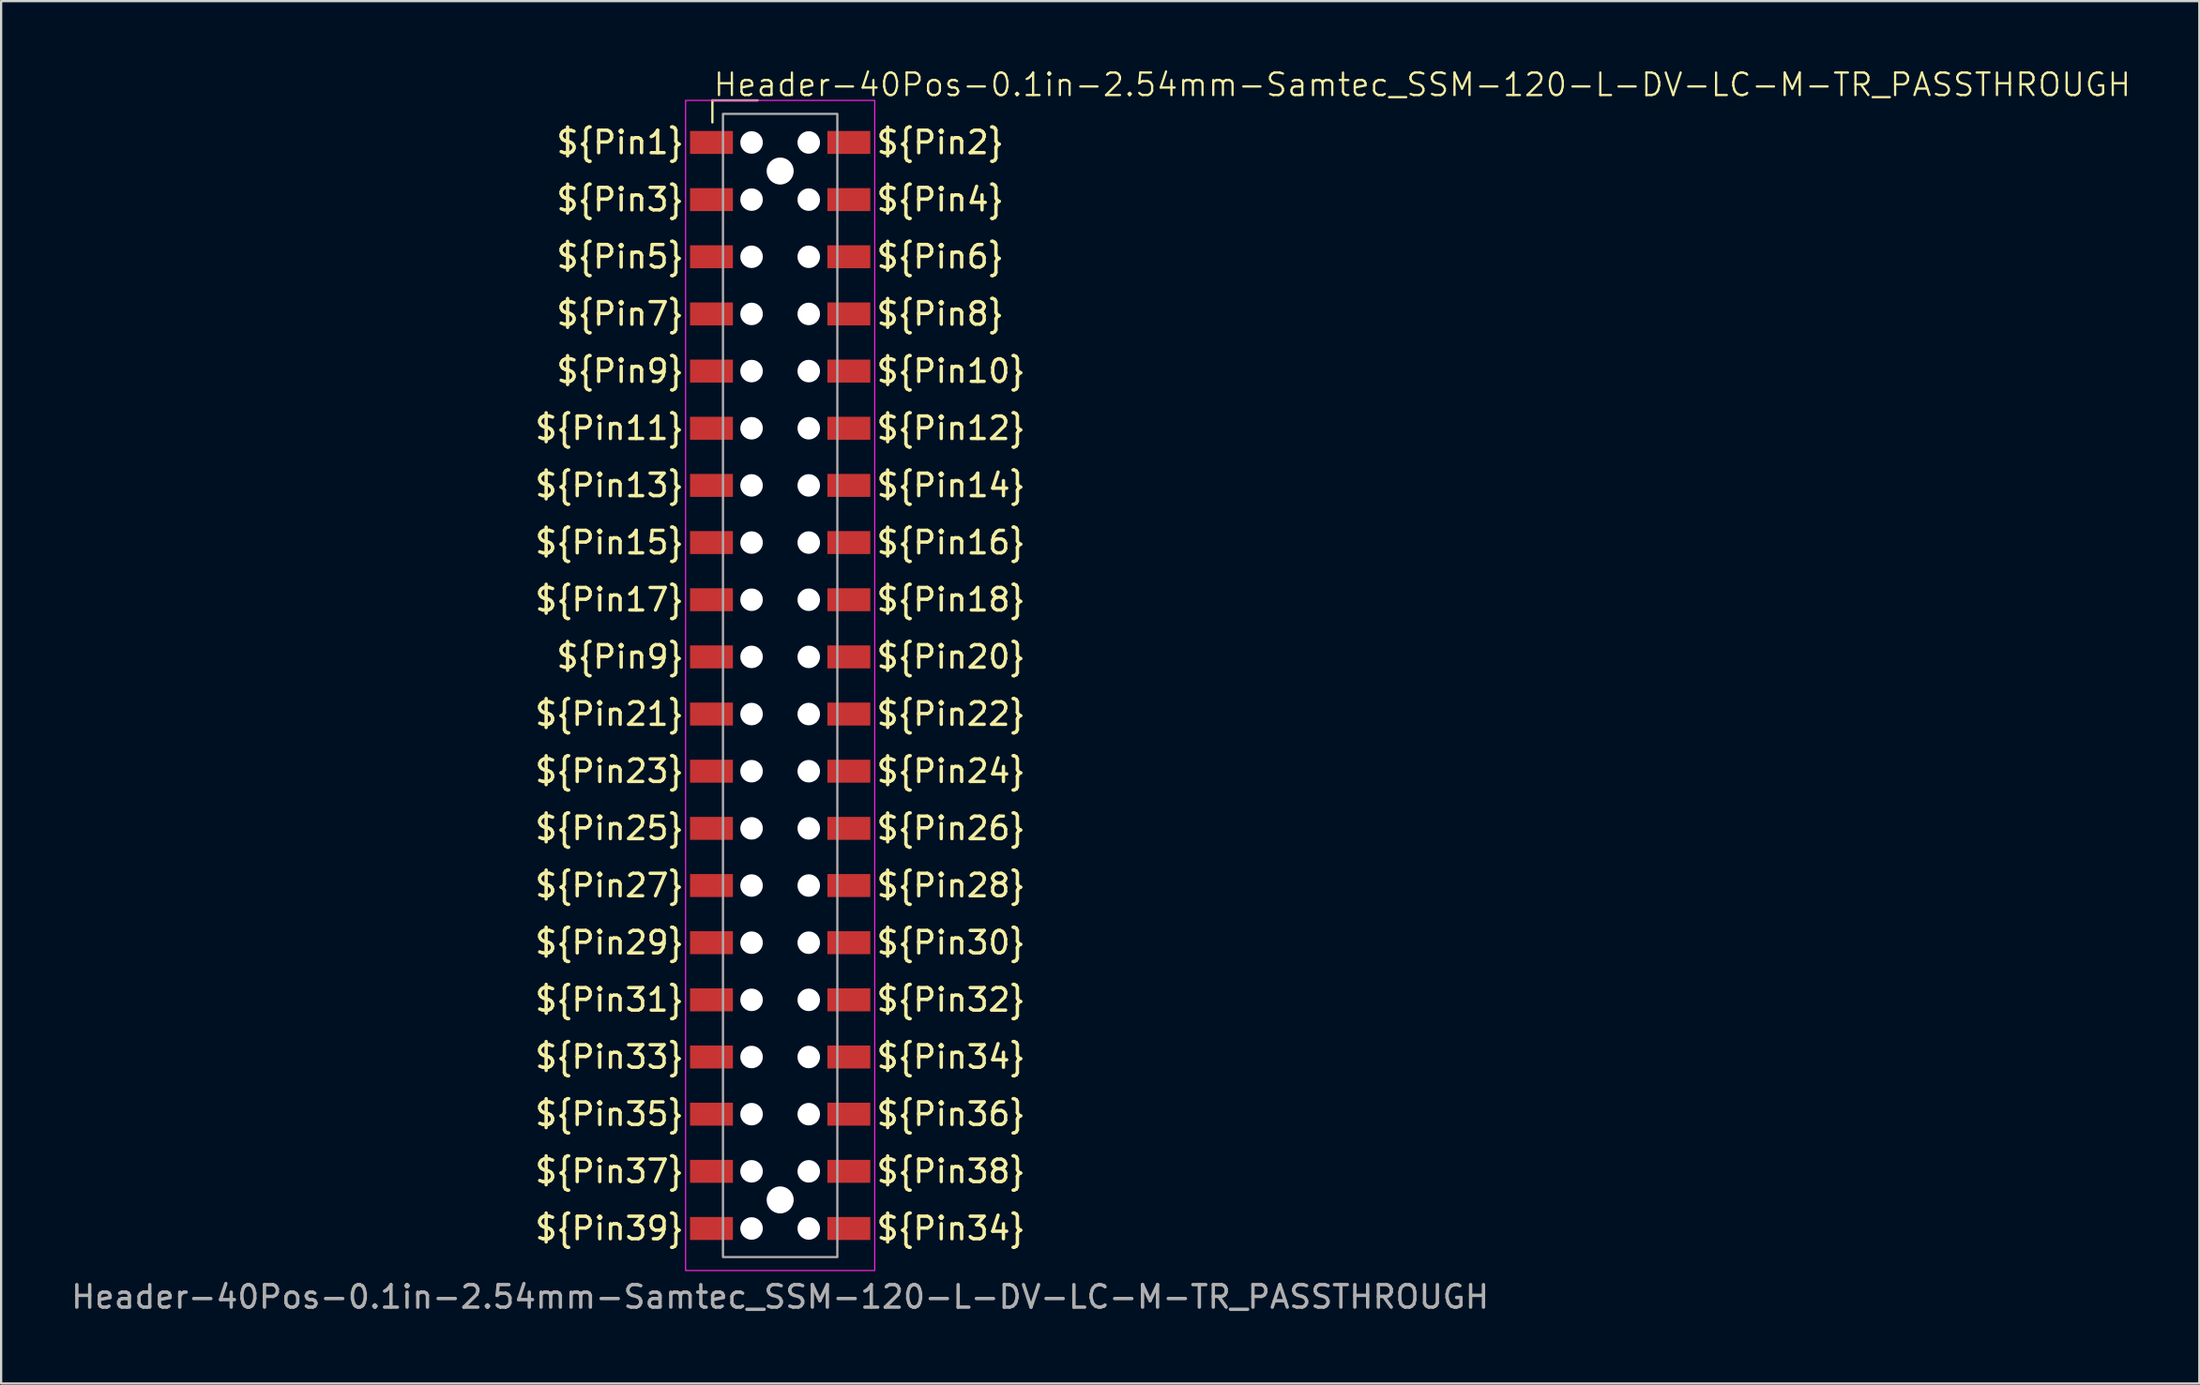
<source format=kicad_pcb>
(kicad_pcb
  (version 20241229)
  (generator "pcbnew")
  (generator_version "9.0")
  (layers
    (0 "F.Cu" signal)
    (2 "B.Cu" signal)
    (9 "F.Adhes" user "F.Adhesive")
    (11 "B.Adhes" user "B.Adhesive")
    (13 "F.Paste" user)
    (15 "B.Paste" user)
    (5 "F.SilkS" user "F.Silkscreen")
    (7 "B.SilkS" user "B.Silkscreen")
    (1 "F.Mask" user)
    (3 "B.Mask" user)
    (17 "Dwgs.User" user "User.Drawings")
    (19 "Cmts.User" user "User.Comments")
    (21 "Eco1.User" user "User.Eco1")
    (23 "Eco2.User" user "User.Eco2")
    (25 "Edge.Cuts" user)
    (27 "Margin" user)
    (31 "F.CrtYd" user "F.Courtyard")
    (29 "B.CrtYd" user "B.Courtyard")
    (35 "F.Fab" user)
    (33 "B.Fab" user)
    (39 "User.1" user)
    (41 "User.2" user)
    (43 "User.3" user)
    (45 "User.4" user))
  (footprint "Header-40Pos-0.1in-2.54mm-Samtec_SSM-120-L-DV-LC-M-TR_PASSTHROUGH"
    (layer "F.Cu")
    (at 31.601 27.41)
    (property "Reference" "Header-40Pos-0.1in-2.54mm-Samtec_SSM-120-L-DV-LC-M-TR_PASSTHROUGH" (at -3.02 -26.11 0) (unlocked yes) (layer "F.SilkS") (effects (font (size 1 1) (thickness 0.1)) (justify left bottom)))
    (attr smd)
    (fp_line (start -3.01 -26) (end -1 -26) (stroke (width 0.1) (type default)) (layer "F.SilkS"))
    (fp_line (start -3.01 -25.02) (end -3.01 -26) (stroke (width 0.1) (type default)) (layer "F.SilkS"))
    (fp_rect (start -4.2 -26) (end 4.2 26) (stroke (width 0.05) (type default)) (fill no) (layer "F.CrtYd"))
    (fp_rect (start -2.54 -25.4) (end 2.54 25.4) (stroke (width 0.1) (type default)) (fill no) (layer "F.Fab"))
    (fp_text user "${Pin8}" (at 4.2 -16.51 0) (unlocked yes) (layer "F.SilkS") (effects (font (size 1 1) (thickness 0.15)) (justify left)))
    (fp_text user "${Pin35}" (at -4.2 19.05 0) (unlocked yes) (layer "F.SilkS") (effects (font (size 1 1) (thickness 0.15)) (justify right)))
    (fp_text user "${Pin36}" (at 4.2 19.05 0) (unlocked yes) (layer "F.SilkS") (effects (font (size 1 1) (thickness 0.15)) (justify left)))
    (fp_text user "${Pin9}" (at -4.2 -13.97 0) (unlocked yes) (layer "F.SilkS") (effects (font (size 1 1) (thickness 0.15)) (justify right)))
    (fp_text user "${Pin5}" (at -4.2 -19.05 0) (unlocked yes) (layer "F.SilkS") (effects (font (size 1 1) (thickness 0.15)) (justify right)))
    (fp_text user "${Pin14}" (at 4.2 -8.89 0) (unlocked yes) (layer "F.SilkS") (effects (font (size 1 1) (thickness 0.15)) (justify left)))
    (fp_text user "${Pin11}" (at -4.2 -11.43 0) (unlocked yes) (layer "F.SilkS") (effects (font (size 1 1) (thickness 0.15)) (justify right)))
    (fp_text user "${Pin3}" (at -4.2 -21.59 0) (unlocked yes) (layer "F.SilkS") (effects (font (size 1 1) (thickness 0.15)) (justify right)))
    (fp_text user "${Pin13}" (at -4.2 -8.89 0) (unlocked yes) (layer "F.SilkS") (effects (font (size 1 1) (thickness 0.15)) (justify right)))
    (fp_text user "${Pin32}" (at 4.2 13.97 0) (unlocked yes) (layer "F.SilkS") (effects (font (size 1 1) (thickness 0.15)) (justify left)))
    (fp_text user "${Pin21}" (at -4.2 1.27 0) (unlocked yes) (layer "F.SilkS") (effects (font (size 1 1) (thickness 0.15)) (justify right)))
    (fp_text user "${Pin20}" (at 4.2 -1.27 0) (unlocked yes) (layer "F.SilkS") (effects (font (size 1 1) (thickness 0.15)) (justify left)))
    (fp_text user "${Pin39}" (at -4.2 24.13 0) (unlocked yes) (layer "F.SilkS") (effects (font (size 1 1) (thickness 0.15)) (justify right)))
    (fp_text user "${Pin34}" (at 4.2 16.51 0) (unlocked yes) (layer "F.SilkS") (effects (font (size 1 1) (thickness 0.15)) (justify left)))
    (fp_text user "${Pin12}" (at 4.2 -11.43 0) (unlocked yes) (layer "F.SilkS") (effects (font (size 1 1) (thickness 0.15)) (justify left)))
    (fp_text user "${Pin15}" (at -4.2 -6.35 0) (unlocked yes) (layer "F.SilkS") (effects (font (size 1 1) (thickness 0.15)) (justify right)))
    (fp_text user "${Pin7}" (at -4.2 -16.51 0) (unlocked yes) (layer "F.SilkS") (effects (font (size 1 1) (thickness 0.15)) (justify right)))
    (fp_text user "${Pin34}" (at 4.2 24.13 0) (unlocked yes) (layer "F.SilkS") (effects (font (size 1 1) (thickness 0.15)) (justify left)))
    (fp_text user "${Pin1}" (at -4.2 -24.13 0) (unlocked yes) (layer "F.SilkS") (effects (font (size 1 1) (thickness 0.15)) (justify right)))
    (fp_text user "${Pin16}" (at 4.2 -6.35 0) (unlocked yes) (layer "F.SilkS") (effects (font (size 1 1) (thickness 0.15)) (justify left)))
    (fp_text user "${Pin31}" (at -4.2 13.97 0) (unlocked yes) (layer "F.SilkS") (effects (font (size 1 1) (thickness 0.15)) (justify right)))
    (fp_text user "${Pin2}" (at 4.2 -24.13 0) (unlocked yes) (layer "F.SilkS") (effects (font (size 1 1) (thickness 0.15)) (justify left)))
    (fp_text user "${Pin29}" (at -4.2 11.43 0) (unlocked yes) (layer "F.SilkS") (effects (font (size 1 1) (thickness 0.15)) (justify right)))
    (fp_text user "${Pin27}" (at -4.2 8.89 0) (unlocked yes) (layer "F.SilkS") (effects (font (size 1 1) (thickness 0.15)) (justify right)))
    (fp_text user "${Pin26}" (at 4.2 6.35 0) (unlocked yes) (layer "F.SilkS") (effects (font (size 1 1) (thickness 0.15)) (justify left)))
    (fp_text user "${Pin22}" (at 4.2 1.27 0) (unlocked yes) (layer "F.SilkS") (effects (font (size 1 1) (thickness 0.15)) (justify left)))
    (fp_text user "${Pin30}" (at 4.2 11.43 0) (unlocked yes) (layer "F.SilkS") (effects (font (size 1 1) (thickness 0.15)) (justify left)))
    (fp_text user "${Pin6}" (at 4.2 -19.05 0) (unlocked yes) (layer "F.SilkS") (effects (font (size 1 1) (thickness 0.15)) (justify left)))
    (fp_text user "${Pin24}" (at 4.2 3.81 0) (unlocked yes) (layer "F.SilkS") (effects (font (size 1 1) (thickness 0.15)) (justify left)))
    (fp_text user "${Pin10}" (at 4.2 -13.97 0) (unlocked yes) (layer "F.SilkS") (effects (font (size 1 1) (thickness 0.15)) (justify left)))
    (fp_text user "${Pin4}" (at 4.2 -21.59 0) (unlocked yes) (layer "F.SilkS") (effects (font (size 1 1) (thickness 0.15)) (justify left)))
    (fp_text user "${Pin9}" (at -4.2 -1.27 0) (unlocked yes) (layer "F.SilkS") (effects (font (size 1 1) (thickness 0.15)) (justify right)))
    (fp_text user "${Pin37}" (at -4.2 21.59 0) (unlocked yes) (layer "F.SilkS") (effects (font (size 1 1) (thickness 0.15)) (justify right)))
    (fp_text user "${Pin18}" (at 4.2 -3.81 0) (unlocked yes) (layer "F.SilkS") (effects (font (size 1 1) (thickness 0.15)) (justify left)))
    (fp_text user "${Pin25}" (at -4.2 6.35 0) (unlocked yes) (layer "F.SilkS") (effects (font (size 1 1) (thickness 0.15)) (justify right)))
    (fp_text user "${Pin17}" (at -4.2 -3.81 0) (unlocked yes) (layer "F.SilkS") (effects (font (size 1 1) (thickness 0.15)) (justify right)))
    (fp_text user "${Pin38}" (at 4.2 21.59 0) (unlocked yes) (layer "F.SilkS") (effects (font (size 1 1) (thickness 0.15)) (justify left)))
    (fp_text user "${Pin23}" (at -4.2 3.81 0) (unlocked yes) (layer "F.SilkS") (effects (font (size 1 1) (thickness 0.15)) (justify right)))
    (fp_text user "${Pin33}" (at -4.2 16.51 0) (unlocked yes) (layer "F.SilkS") (effects (font (size 1 1) (thickness 0.15)) (justify right)))
    (fp_text user "${Pin28}" (at 4.2 8.89 0) (unlocked yes) (layer "F.SilkS") (effects (font (size 1 1) (thickness 0.15)) (justify left)))
    (fp_text user "${REFERENCE}" (at 0 27.17 0) (unlocked yes) (layer "F.Fab") (effects (font (size 1 1) (thickness 0.15))))
    (pad "" np_thru_hole circle (at -1.27 -24.13) (size 1 1) (drill 1.02) (layers "*.Cu" "*.Mask"))
    (pad "" np_thru_hole circle (at -1.27 -21.59) (size 1 1) (drill 1.02) (layers "*.Cu" "*.Mask"))
    (pad "" np_thru_hole circle (at -1.27 -19.05) (size 1 1) (drill 1.02) (layers "*.Cu" "*.Mask"))
    (pad "" np_thru_hole circle (at -1.27 -16.51) (size 1 1) (drill 1.02) (layers "*.Cu" "*.Mask"))
    (pad "" np_thru_hole circle (at -1.27 -13.97) (size 1 1) (drill 1.02) (layers "*.Cu" "*.Mask"))
    (pad "" np_thru_hole circle (at -1.27 -11.43) (size 1 1) (drill 1.02) (layers "*.Cu" "*.Mask"))
    (pad "" np_thru_hole circle (at -1.27 -8.89) (size 1 1) (drill 1.02) (layers "*.Cu" "*.Mask"))
    (pad "" np_thru_hole circle (at -1.27 -6.35) (size 1 1) (drill 1.02) (layers "*.Cu" "*.Mask"))
    (pad "" np_thru_hole circle (at -1.27 -3.81) (size 1 1) (drill 1.02) (layers "*.Cu" "*.Mask"))
    (pad "" np_thru_hole circle (at -1.27 -1.27) (size 1 1) (drill 1.02) (layers "*.Cu" "*.Mask"))
    (pad "" np_thru_hole circle (at -1.27 1.27) (size 1 1) (drill 1.02) (layers "*.Cu" "*.Mask"))
    (pad "" np_thru_hole circle (at -1.27 3.81) (size 1 1) (drill 1.02) (layers "*.Cu" "*.Mask"))
    (pad "" np_thru_hole circle (at -1.27 6.35) (size 1 1) (drill 1.02) (layers "*.Cu" "*.Mask"))
    (pad "" np_thru_hole circle (at -1.27 8.89) (size 1 1) (drill 1.02) (layers "*.Cu" "*.Mask"))
    (pad "" np_thru_hole circle (at -1.27 11.43) (size 1 1) (drill 1.02) (layers "*.Cu" "*.Mask"))
    (pad "" np_thru_hole circle (at -1.27 13.97) (size 1 1) (drill 1.02) (layers "*.Cu" "*.Mask"))
    (pad "" np_thru_hole circle (at -1.27 16.51) (size 1 1) (drill 1.02) (layers "*.Cu" "*.Mask"))
    (pad "" np_thru_hole circle (at -1.27 19.05) (size 1 1) (drill 1.02) (layers "*.Cu" "*.Mask"))
    (pad "" np_thru_hole circle (at -1.27 21.59) (size 1 1) (drill 1.02) (layers "*.Cu" "*.Mask"))
    (pad "" np_thru_hole circle (at -1.27 24.13) (size 1 1) (drill 1.02) (layers "*.Cu" "*.Mask"))
    (pad "" np_thru_hole circle (at 0 -22.86) (size 1.2 1.2) (drill 1.2) (layers "*.Cu" "*.Mask"))
    (pad "" np_thru_hole circle (at 0 22.86) (size 1.2 1.2) (drill 1.2) (layers "*.Cu" "*.Mask"))
    (pad "" np_thru_hole circle (at 1.27 -24.13) (size 1 1) (drill 1.02) (layers "*.Cu" "*.Mask"))
    (pad "" np_thru_hole circle (at 1.27 -21.59) (size 1 1) (drill 1.02) (layers "*.Cu" "*.Mask"))
    (pad "" np_thru_hole circle (at 1.27 -19.05) (size 1 1) (drill 1.02) (layers "*.Cu" "*.Mask"))
    (pad "" np_thru_hole circle (at 1.27 -16.51) (size 1 1) (drill 1.02) (layers "*.Cu" "*.Mask"))
    (pad "" np_thru_hole circle (at 1.27 -13.97) (size 1 1) (drill 1.02) (layers "*.Cu" "*.Mask"))
    (pad "" np_thru_hole circle (at 1.27 -11.43) (size 1 1) (drill 1.02) (layers "*.Cu" "*.Mask"))
    (pad "" np_thru_hole circle (at 1.27 -8.89) (size 1 1) (drill 1.02) (layers "*.Cu" "*.Mask"))
    (pad "" np_thru_hole circle (at 1.27 -6.35) (size 1 1) (drill 1.02) (layers "*.Cu" "*.Mask"))
    (pad "" np_thru_hole circle (at 1.27 -3.81) (size 1 1) (drill 1.02) (layers "*.Cu" "*.Mask"))
    (pad "" np_thru_hole circle (at 1.27 -1.27) (size 1 1) (drill 1.02) (layers "*.Cu" "*.Mask"))
    (pad "" np_thru_hole circle (at 1.27 1.27) (size 1 1) (drill 1.02) (layers "*.Cu" "*.Mask"))
    (pad "" np_thru_hole circle (at 1.27 3.81) (size 1 1) (drill 1.02) (layers "*.Cu" "*.Mask"))
    (pad "" np_thru_hole circle (at 1.27 6.35) (size 1 1) (drill 1.02) (layers "*.Cu" "*.Mask"))
    (pad "" np_thru_hole circle (at 1.27 8.89) (size 1 1) (drill 1.02) (layers "*.Cu" "*.Mask"))
    (pad "" np_thru_hole circle (at 1.27 11.43) (size 1 1) (drill 1.02) (layers "*.Cu" "*.Mask"))
    (pad "" np_thru_hole circle (at 1.27 13.97) (size 1 1) (drill 1.02) (layers "*.Cu" "*.Mask"))
    (pad "" np_thru_hole circle (at 1.27 16.51) (size 1 1) (drill 1.02) (layers "*.Cu" "*.Mask"))
    (pad "" np_thru_hole circle (at 1.27 19.05) (size 1 1) (drill 1.02) (layers "*.Cu" "*.Mask"))
    (pad "" np_thru_hole circle (at 1.27 21.59) (size 1 1) (drill 1.02) (layers "*.Cu" "*.Mask"))
    (pad "" np_thru_hole circle (at 1.27 24.13) (size 1 1) (drill 1.02) (layers "*.Cu" "*.Mask"))
    (pad "1" smd rect (at -3.05 -24.13) (size 1.905 1.02) (layers "F.Cu" "F.Mask" "F.Paste"))
    (pad "2" smd rect (at 3.05 -24.13) (size 1.905 1.02) (layers "F.Cu" "F.Mask" "F.Paste"))
    (pad "3" smd rect (at -3.05 -21.59) (size 1.905 1.02) (layers "F.Cu" "F.Mask" "F.Paste"))
    (pad "4" smd rect (at 3.05 -21.59) (size 1.905 1.02) (layers "F.Cu" "F.Mask" "F.Paste"))
    (pad "5" smd rect (at -3.05 -19.05) (size 1.905 1.02) (layers "F.Cu" "F.Mask" "F.Paste"))
    (pad "6" smd rect (at 3.05 -19.05) (size 1.905 1.02) (layers "F.Cu" "F.Mask" "F.Paste"))
    (pad "7" smd rect (at -3.05 -16.51) (size 1.905 1.02) (layers "F.Cu" "F.Mask" "F.Paste"))
    (pad "8" smd rect (at 3.05 -16.51) (size 1.905 1.02) (layers "F.Cu" "F.Mask" "F.Paste"))
    (pad "9" smd rect (at -3.05 -13.97) (size 1.905 1.02) (layers "F.Cu" "F.Mask" "F.Paste"))
    (pad "10" smd rect (at 3.05 -13.97) (size 1.905 1.02) (layers "F.Cu" "F.Mask" "F.Paste"))
    (pad "11" smd rect (at -3.05 -11.43) (size 1.905 1.02) (layers "F.Cu" "F.Mask" "F.Paste"))
    (pad "12" smd rect (at 3.05 -11.43) (size 1.905 1.02) (layers "F.Cu" "F.Mask" "F.Paste"))
    (pad "13" smd rect (at -3.05 -8.89) (size 1.905 1.02) (layers "F.Cu" "F.Mask" "F.Paste"))
    (pad "14" smd rect (at 3.05 -8.89) (size 1.905 1.02) (layers "F.Cu" "F.Mask" "F.Paste"))
    (pad "15" smd rect (at -3.05 -6.35) (size 1.905 1.02) (layers "F.Cu" "F.Mask" "F.Paste"))
    (pad "16" smd rect (at 3.05 -6.35) (size 1.905 1.02) (layers "F.Cu" "F.Mask" "F.Paste"))
    (pad "17" smd rect (at -3.05 -3.81) (size 1.905 1.02) (layers "F.Cu" "F.Mask" "F.Paste"))
    (pad "18" smd rect (at 3.05 -3.81) (size 1.905 1.02) (layers "F.Cu" "F.Mask" "F.Paste"))
    (pad "19" smd rect (at -3.05 -1.27) (size 1.905 1.02) (layers "F.Cu" "F.Mask" "F.Paste"))
    (pad "20" smd rect (at 3.05 -1.27) (size 1.905 1.02) (layers "F.Cu" "F.Mask" "F.Paste"))
    (pad "21" smd rect (at -3.05 1.27) (size 1.905 1.02) (layers "F.Cu" "F.Mask" "F.Paste"))
    (pad "22" smd rect (at 3.05 1.27) (size 1.905 1.02) (layers "F.Cu" "F.Mask" "F.Paste"))
    (pad "23" smd rect (at -3.05 3.81) (size 1.905 1.02) (layers "F.Cu" "F.Mask" "F.Paste"))
    (pad "24" smd rect (at 3.05 3.81) (size 1.905 1.02) (layers "F.Cu" "F.Mask" "F.Paste"))
    (pad "25" smd rect (at -3.05 6.35) (size 1.905 1.02) (layers "F.Cu" "F.Mask" "F.Paste"))
    (pad "26" smd rect (at 3.05 6.35) (size 1.905 1.02) (layers "F.Cu" "F.Mask" "F.Paste"))
    (pad "27" smd rect (at -3.05 8.89) (size 1.905 1.02) (layers "F.Cu" "F.Mask" "F.Paste"))
    (pad "28" smd rect (at 3.05 8.89) (size 1.905 1.02) (layers "F.Cu" "F.Mask" "F.Paste"))
    (pad "29" smd rect (at -3.05 11.43) (size 1.905 1.02) (layers "F.Cu" "F.Mask" "F.Paste"))
    (pad "30" smd rect (at 3.05 11.43) (size 1.905 1.02) (layers "F.Cu" "F.Mask" "F.Paste"))
    (pad "31" smd rect (at -3.05 13.97) (size 1.905 1.02) (layers "F.Cu" "F.Mask" "F.Paste"))
    (pad "32" smd rect (at 3.05 13.97) (size 1.905 1.02) (layers "F.Cu" "F.Mask" "F.Paste"))
    (pad "33" smd rect (at -3.05 16.51) (size 1.905 1.02) (layers "F.Cu" "F.Mask" "F.Paste"))
    (pad "34" smd rect (at 3.05 16.51) (size 1.905 1.02) (layers "F.Cu" "F.Mask" "F.Paste"))
    (pad "35" smd rect (at -3.05 19.05) (size 1.905 1.02) (layers "F.Cu" "F.Mask" "F.Paste"))
    (pad "36" smd rect (at 3.05 19.05) (size 1.905 1.02) (layers "F.Cu" "F.Mask" "F.Paste"))
    (pad "37" smd rect (at -3.05 21.59) (size 1.905 1.02) (layers "F.Cu" "F.Mask" "F.Paste"))
    (pad "38" smd rect (at 3.05 21.59) (size 1.905 1.02) (layers "F.Cu" "F.Mask" "F.Paste"))
    (pad "39" smd rect (at -3.05 24.13) (size 1.905 1.02) (layers "F.Cu" "F.Mask" "F.Paste"))
    (pad "40" smd rect (at 3.05 24.13) (size 1.905 1.02) (layers "F.Cu" "F.Mask" "F.Paste")))
  (gr_rect
    (start -3 -3)
    (end 94.634 58.428)
    (stroke (width 0.1) (type default))
    (fill no)
    (layer "Edge.Cuts")))
</source>
